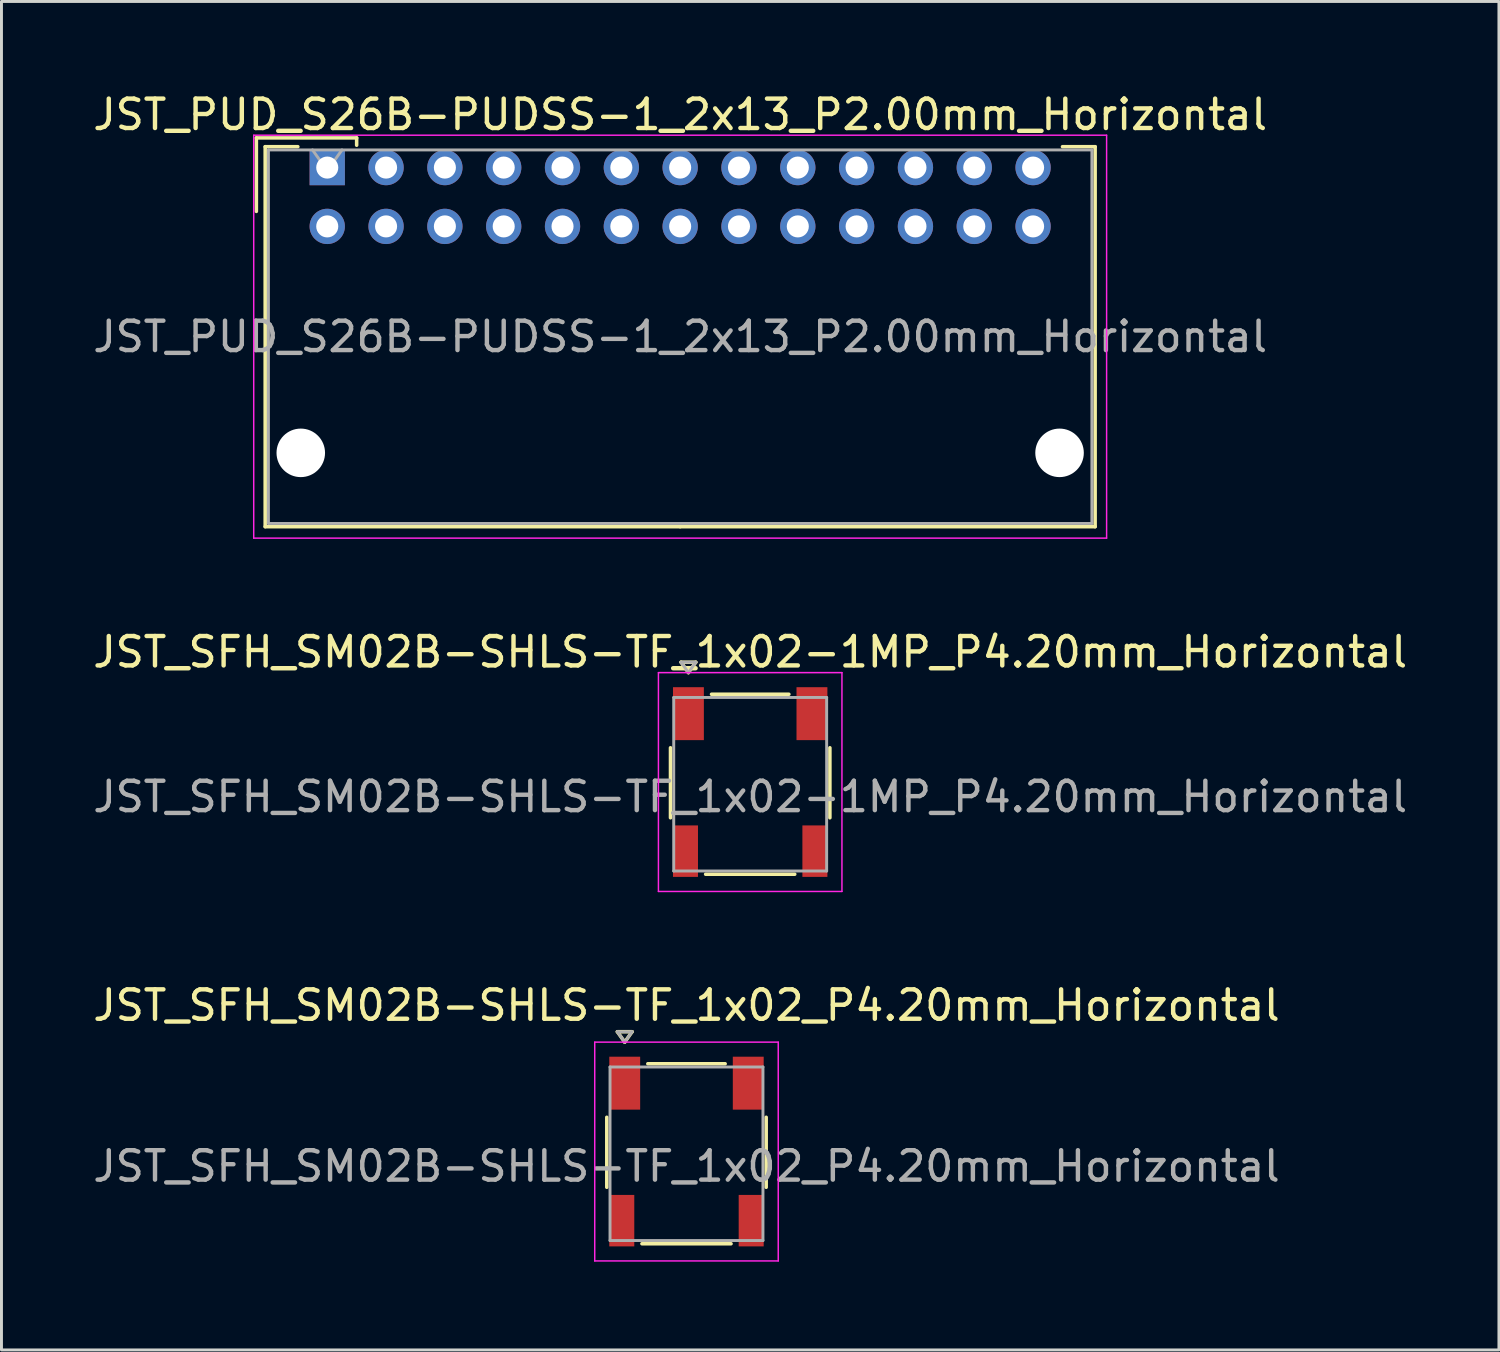
<source format=kicad_pcb>
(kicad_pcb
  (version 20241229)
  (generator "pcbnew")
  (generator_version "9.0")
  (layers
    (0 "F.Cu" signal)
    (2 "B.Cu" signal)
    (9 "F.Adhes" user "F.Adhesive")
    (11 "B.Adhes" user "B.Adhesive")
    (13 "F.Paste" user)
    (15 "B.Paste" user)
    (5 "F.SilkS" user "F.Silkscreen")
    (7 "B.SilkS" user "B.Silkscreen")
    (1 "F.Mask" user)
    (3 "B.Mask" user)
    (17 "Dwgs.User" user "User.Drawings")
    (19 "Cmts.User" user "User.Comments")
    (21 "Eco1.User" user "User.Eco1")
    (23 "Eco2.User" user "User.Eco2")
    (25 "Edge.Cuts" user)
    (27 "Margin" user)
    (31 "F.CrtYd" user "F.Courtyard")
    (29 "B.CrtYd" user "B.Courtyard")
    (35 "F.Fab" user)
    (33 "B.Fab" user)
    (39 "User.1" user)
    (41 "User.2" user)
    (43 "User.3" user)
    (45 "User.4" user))
  (footprint "JST_SFH_SM02B-SHLS-TF_1x02-1MP_P4.20mm_Horizontal"
    (layer "F.Cu")
    (at 22.458 23.541)
    (property "Reference" "JST_SFH_SM02B-SHLS-TF_1x02-1MP_P4.20mm_Horizontal" (at 0 -4.42 0) (layer "F.SilkS") (effects (font (size 1 1) (thickness 0.15))))
    (attr smd)
    (fp_line (start -2.71 -1.165) (end -2.71 1.215) (stroke (width 0.12) (type solid)) (layer "F.SilkS"))
    (fp_line (start -2.35 -4.074) (end -2.1 -3.72) (stroke (width 0.12) (type solid)) (layer "F.SilkS"))
    (fp_line (start -2.1 -3.72) (end -1.85 -4.074) (stroke (width 0.12) (type solid)) (layer "F.SilkS"))
    (fp_line (start -1.85 -4.074) (end -2.35 -4.074) (stroke (width 0.12) (type solid)) (layer "F.SilkS"))
    (fp_line (start -1.515 3.135) (end 1.515 3.135) (stroke (width 0.12) (type solid)) (layer "F.SilkS"))
    (fp_line (start -1.315 -2.985) (end 1.315 -2.985) (stroke (width 0.12) (type solid)) (layer "F.SilkS"))
    (fp_line (start 2.71 -1.165) (end 2.71 1.215) (stroke (width 0.12) (type solid)) (layer "F.SilkS"))
    (fp_line (start -3.12 -3.72) (end -3.12 3.72) (stroke (width 0.05) (type solid)) (layer "F.CrtYd"))
    (fp_line (start -3.12 3.72) (end 3.12 3.72) (stroke (width 0.05) (type solid)) (layer "F.CrtYd"))
    (fp_line (start 3.12 -3.72) (end -3.12 -3.72) (stroke (width 0.05) (type solid)) (layer "F.CrtYd"))
    (fp_line (start 3.12 3.72) (end 3.12 -3.72) (stroke (width 0.05) (type solid)) (layer "F.CrtYd"))
    (fp_line (start -2.6 -2.875) (end -2.6 3.025) (stroke (width 0.1) (type solid)) (layer "F.Fab"))
    (fp_line (start -2.6 -2.875) (end 2.6 -2.875) (stroke (width 0.1) (type solid)) (layer "F.Fab"))
    (fp_line (start -2.6 3.025) (end 2.6 3.025) (stroke (width 0.1) (type solid)) (layer "F.Fab"))
    (fp_line (start -2.35 -4.074) (end -2.1 -3.72) (stroke (width 0.1) (type solid)) (layer "F.Fab"))
    (fp_line (start -2.1 -3.72) (end -1.85 -4.074) (stroke (width 0.1) (type solid)) (layer "F.Fab"))
    (fp_line (start -1.85 -4.074) (end -2.35 -4.074) (stroke (width 0.1) (type solid)) (layer "F.Fab"))
    (fp_line (start 2.6 -2.875) (end 2.6 3.025) (stroke (width 0.1) (type solid)) (layer "F.Fab"))
    (fp_text user "${REFERENCE}" (at 0 0.5 0) (layer "F.Fab") (effects (font (size 1 1) (thickness 0.15))))
    (pad "1" smd rect (at -2.1 -2.325) (size 1.05 1.8) (layers "F.Cu" "F.Mask" "F.Paste"))
    (pad "2" smd rect (at 2.1 -2.325) (size 1.05 1.8) (layers "F.Cu" "F.Mask" "F.Paste"))
    (pad "MP" smd rect (at -2.2 2.35) (size 0.85 1.75) (layers "F.Cu" "F.Mask" "F.Paste"))
    (pad "MP" smd rect (at 2.2 2.35) (size 0.85 1.75) (layers "F.Cu" "F.Mask" "F.Paste")))
  (footprint "JST_PUD_S26B-PUDSS-1_2x13_P2.00mm_Horizontal"
    (layer "F.Cu")
    (at 8.077 2.648)
    (property "Reference" "JST_PUD_S26B-PUDSS-1_2x13_P2.00mm_Horizontal" (at 12 -1.8 0) (layer "F.SilkS") (effects (font (size 1 1) (thickness 0.15))))
    (attr through_hole)
    (fp_line (start -2.41 -1.01) (end -2.41 1.49) (stroke (width 0.12) (type solid)) (layer "F.SilkS"))
    (fp_line (start -2.11 -0.71) (end -2.11 12.21) (stroke (width 0.12) (type solid)) (layer "F.SilkS"))
    (fp_line (start -2.11 12.21) (end 12 12.21) (stroke (width 0.12) (type solid)) (layer "F.SilkS"))
    (fp_line (start -1 -0.71) (end -2.11 -0.71) (stroke (width 0.12) (type solid)) (layer "F.SilkS"))
    (fp_line (start 1 -1.01) (end -2.41 -1.01) (stroke (width 0.12) (type solid)) (layer "F.SilkS"))
    (fp_line (start 1 -0.76) (end 1 -1.01) (stroke (width 0.12) (type solid)) (layer "F.SilkS"))
    (fp_line (start 25 -0.71) (end 26.11 -0.71) (stroke (width 0.12) (type solid)) (layer "F.SilkS"))
    (fp_line (start 26.11 -0.71) (end 26.11 12.21) (stroke (width 0.12) (type solid)) (layer "F.SilkS"))
    (fp_line (start 26.11 12.21) (end 12 12.21) (stroke (width 0.12) (type solid)) (layer "F.SilkS"))
    (fp_line (start -2.5 -1.1) (end -2.5 12.6) (stroke (width 0.05) (type solid)) (layer "F.CrtYd"))
    (fp_line (start -2.5 12.6) (end 26.5 12.6) (stroke (width 0.05) (type solid)) (layer "F.CrtYd"))
    (fp_line (start 26.5 -1.1) (end -2.5 -1.1) (stroke (width 0.05) (type solid)) (layer "F.CrtYd"))
    (fp_line (start 26.5 12.6) (end 26.5 -1.1) (stroke (width 0.05) (type solid)) (layer "F.CrtYd"))
    (fp_line (start -2 -0.6) (end -2 12.1) (stroke (width 0.1) (type solid)) (layer "F.Fab"))
    (fp_line (start -2 12.1) (end 26 12.1) (stroke (width 0.1) (type solid)) (layer "F.Fab"))
    (fp_line (start 0 0.107) (end -0.5 -0.6) (stroke (width 0.1) (type solid)) (layer "F.Fab"))
    (fp_line (start 0.5 -0.6) (end 0 0.107) (stroke (width 0.1) (type solid)) (layer "F.Fab"))
    (fp_line (start 26 -0.6) (end -2 -0.6) (stroke (width 0.1) (type solid)) (layer "F.Fab"))
    (fp_line (start 26 12.1) (end 26 -0.6) (stroke (width 0.1) (type solid)) (layer "F.Fab"))
    (fp_text user "${REFERENCE}" (at 12 5.75 0) (layer "F.Fab") (effects (font (size 1 1) (thickness 0.15))))
    (pad "" np_thru_hole circle (at -0.9 9.7) (size 1.65 1.65) (drill 1.65) (layers "*.Cu" "*.Mask"))
    (pad "" np_thru_hole circle (at 24.9 9.7) (size 1.65 1.65) (drill 1.65) (layers "*.Cu" "*.Mask"))
    (pad "1" thru_hole rect (at 0 0) (size 1.2 1.2) (drill 0.75) (layers "*.Cu" "*.Mask"))
    (pad "2" thru_hole oval (at 0 2) (size 1.2 1.2) (drill 0.75) (layers "*.Cu" "*.Mask"))
    (pad "3" thru_hole oval (at 2 0) (size 1.2 1.2) (drill 0.75) (layers "*.Cu" "*.Mask"))
    (pad "4" thru_hole oval (at 2 2) (size 1.2 1.2) (drill 0.75) (layers "*.Cu" "*.Mask"))
    (pad "5" thru_hole oval (at 4 0) (size 1.2 1.2) (drill 0.75) (layers "*.Cu" "*.Mask"))
    (pad "6" thru_hole oval (at 4 2) (size 1.2 1.2) (drill 0.75) (layers "*.Cu" "*.Mask"))
    (pad "7" thru_hole oval (at 6 0) (size 1.2 1.2) (drill 0.75) (layers "*.Cu" "*.Mask"))
    (pad "8" thru_hole oval (at 6 2) (size 1.2 1.2) (drill 0.75) (layers "*.Cu" "*.Mask"))
    (pad "9" thru_hole oval (at 8 0) (size 1.2 1.2) (drill 0.75) (layers "*.Cu" "*.Mask"))
    (pad "10" thru_hole oval (at 8 2) (size 1.2 1.2) (drill 0.75) (layers "*.Cu" "*.Mask"))
    (pad "11" thru_hole oval (at 10 0) (size 1.2 1.2) (drill 0.75) (layers "*.Cu" "*.Mask"))
    (pad "12" thru_hole oval (at 10 2) (size 1.2 1.2) (drill 0.75) (layers "*.Cu" "*.Mask"))
    (pad "13" thru_hole oval (at 12 0) (size 1.2 1.2) (drill 0.75) (layers "*.Cu" "*.Mask"))
    (pad "14" thru_hole oval (at 12 2) (size 1.2 1.2) (drill 0.75) (layers "*.Cu" "*.Mask"))
    (pad "15" thru_hole oval (at 14 0) (size 1.2 1.2) (drill 0.75) (layers "*.Cu" "*.Mask"))
    (pad "16" thru_hole oval (at 14 2) (size 1.2 1.2) (drill 0.75) (layers "*.Cu" "*.Mask"))
    (pad "17" thru_hole oval (at 16 0) (size 1.2 1.2) (drill 0.75) (layers "*.Cu" "*.Mask"))
    (pad "18" thru_hole oval (at 16 2) (size 1.2 1.2) (drill 0.75) (layers "*.Cu" "*.Mask"))
    (pad "19" thru_hole oval (at 18 0) (size 1.2 1.2) (drill 0.75) (layers "*.Cu" "*.Mask"))
    (pad "20" thru_hole oval (at 18 2) (size 1.2 1.2) (drill 0.75) (layers "*.Cu" "*.Mask"))
    (pad "21" thru_hole oval (at 20 0) (size 1.2 1.2) (drill 0.75) (layers "*.Cu" "*.Mask"))
    (pad "22" thru_hole oval (at 20 2) (size 1.2 1.2) (drill 0.75) (layers "*.Cu" "*.Mask"))
    (pad "23" thru_hole oval (at 22 0) (size 1.2 1.2) (drill 0.75) (layers "*.Cu" "*.Mask"))
    (pad "24" thru_hole oval (at 22 2) (size 1.2 1.2) (drill 0.75) (layers "*.Cu" "*.Mask"))
    (pad "25" thru_hole oval (at 24 0) (size 1.2 1.2) (drill 0.75) (layers "*.Cu" "*.Mask"))
    (pad "26" thru_hole oval (at 24 2) (size 1.2 1.2) (drill 0.75) (layers "*.Cu" "*.Mask")))
  (footprint "JST_SFH_SM02B-SHLS-TF_1x02_P4.20mm_Horizontal"
    (layer "F.Cu")
    (at 20.292 36.105)
    (property "Reference" "JST_SFH_SM02B-SHLS-TF_1x02_P4.20mm_Horizontal" (at 0 -4.97 0) (layer "F.SilkS") (effects (font (size 1 1) (thickness 0.15))))
    (attr smd)
    (fp_line (start -2.71 -1.165) (end -2.71 1.215) (stroke (width 0.12) (type solid)) (layer "F.SilkS"))
    (fp_line (start -2.35 -4.074) (end -2.1 -3.72) (stroke (width 0.12) (type solid)) (layer "F.SilkS"))
    (fp_line (start -2.1 -3.72) (end -1.85 -4.074) (stroke (width 0.12) (type solid)) (layer "F.SilkS"))
    (fp_line (start -1.85 -4.074) (end -2.35 -4.074) (stroke (width 0.12) (type solid)) (layer "F.SilkS"))
    (fp_line (start -1.515 3.135) (end 1.515 3.135) (stroke (width 0.12) (type solid)) (layer "F.SilkS"))
    (fp_line (start -1.315 -2.985) (end 1.315 -2.985) (stroke (width 0.12) (type solid)) (layer "F.SilkS"))
    (fp_line (start 2.71 -1.165) (end 2.71 1.215) (stroke (width 0.12) (type solid)) (layer "F.SilkS"))
    (fp_line (start -3.12 -3.72) (end -3.12 3.72) (stroke (width 0.05) (type solid)) (layer "F.CrtYd"))
    (fp_line (start -3.12 3.72) (end 3.12 3.72) (stroke (width 0.05) (type solid)) (layer "F.CrtYd"))
    (fp_line (start 3.12 -3.72) (end -3.12 -3.72) (stroke (width 0.05) (type solid)) (layer "F.CrtYd"))
    (fp_line (start 3.12 3.72) (end 3.12 -3.72) (stroke (width 0.05) (type solid)) (layer "F.CrtYd"))
    (fp_line (start -2.6 -2.875) (end -2.6 3.025) (stroke (width 0.1) (type solid)) (layer "F.Fab"))
    (fp_line (start -2.6 -2.875) (end 2.6 -2.875) (stroke (width 0.1) (type solid)) (layer "F.Fab"))
    (fp_line (start -2.6 3.025) (end 2.6 3.025) (stroke (width 0.1) (type solid)) (layer "F.Fab"))
    (fp_line (start -2.35 -4.074) (end -2.1 -3.72) (stroke (width 0.1) (type solid)) (layer "F.Fab"))
    (fp_line (start -2.1 -3.72) (end -1.85 -4.074) (stroke (width 0.1) (type solid)) (layer "F.Fab"))
    (fp_line (start -1.85 -4.074) (end -2.35 -4.074) (stroke (width 0.1) (type solid)) (layer "F.Fab"))
    (fp_line (start 2.6 -2.875) (end 2.6 3.025) (stroke (width 0.1) (type solid)) (layer "F.Fab"))
    (fp_text user "${REFERENCE}" (at 0 0.5 0) (layer "F.Fab") (effects (font (size 1 1) (thickness 0.15))))
    (pad "" smd rect (at -2.2 2.35) (size 0.85 1.75) (layers "F.Cu" "F.Mask" "F.Paste"))
    (pad "" smd rect (at 2.2 2.35) (size 0.85 1.75) (layers "F.Cu" "F.Mask" "F.Paste"))
    (pad "1" smd rect (at -2.1 -2.325) (size 1.05 1.8) (layers "F.Cu" "F.Mask" "F.Paste"))
    (pad "2" smd rect (at 2.1 -2.325) (size 1.05 1.8) (layers "F.Cu" "F.Mask" "F.Paste")))
  (gr_rect
    (start -3 -3)
    (end 47.917 42.85)
    (stroke (width 0.1) (type default))
    (fill no)
    (layer "Edge.Cuts")))
</source>
